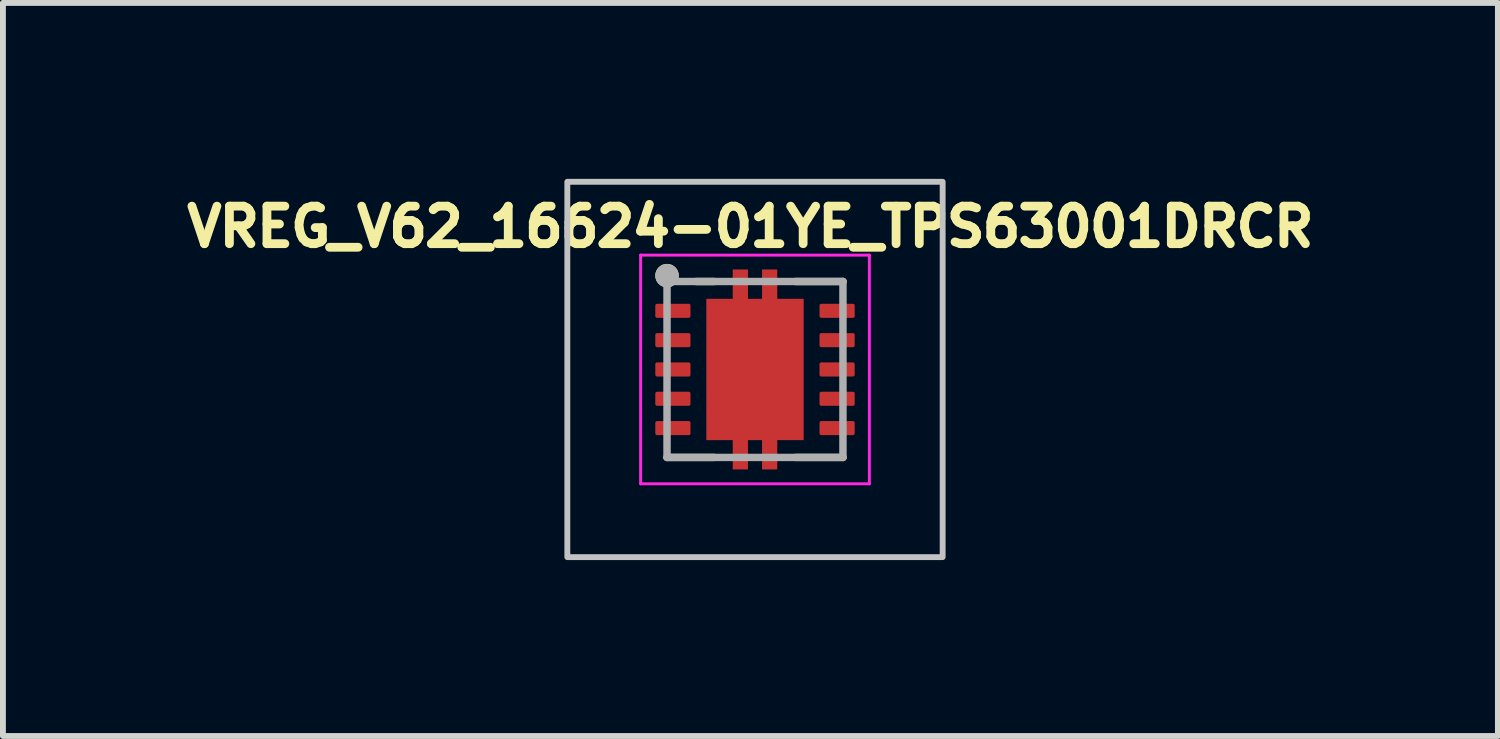
<source format=kicad_pcb>
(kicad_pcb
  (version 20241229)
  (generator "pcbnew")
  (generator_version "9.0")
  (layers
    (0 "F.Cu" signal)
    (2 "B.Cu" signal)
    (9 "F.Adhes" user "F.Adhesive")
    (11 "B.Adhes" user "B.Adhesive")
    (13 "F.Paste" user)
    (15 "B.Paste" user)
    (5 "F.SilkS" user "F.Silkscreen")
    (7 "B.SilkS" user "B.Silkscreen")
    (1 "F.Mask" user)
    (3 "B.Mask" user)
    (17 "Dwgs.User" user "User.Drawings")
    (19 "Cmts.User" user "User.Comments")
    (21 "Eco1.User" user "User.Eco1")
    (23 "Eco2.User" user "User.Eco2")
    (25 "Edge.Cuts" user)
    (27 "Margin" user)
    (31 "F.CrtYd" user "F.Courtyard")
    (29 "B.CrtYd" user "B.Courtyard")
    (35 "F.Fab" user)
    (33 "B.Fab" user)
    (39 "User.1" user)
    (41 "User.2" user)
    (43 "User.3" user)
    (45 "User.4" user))
  (footprint "VREG_V62_16624-01YE_TPS63001DRCR"
    (layer "F.Cu")
    (at 9.824 3.25)
    (property "Reference" "VREG_V62_16624-01YE_TPS63001DRCR" (at -0.078 -2.433 0) (layer "F.SilkS") (effects (font (size 0.64 0.64) (thickness 0.15))))
    (attr smd)
    (fp_poly (pts (xy -1.77 -1.19) (xy -1.03 -1.19) (xy -1.03 -0.81) (xy -1.77 -0.81)) (stroke (width 0.01) (type solid)) (fill yes) (layer "F.Mask"))
    (fp_poly (pts (xy -1.77 -0.69) (xy -1.03 -0.69) (xy -1.03 -0.31) (xy -1.77 -0.31)) (stroke (width 0.01) (type solid)) (fill yes) (layer "F.Mask"))
    (fp_poly (pts (xy -1.77 -0.19) (xy -1.03 -0.19) (xy -1.03 0.19) (xy -1.77 0.19)) (stroke (width 0.01) (type solid)) (fill yes) (layer "F.Mask"))
    (fp_poly (pts (xy -1.77 0.31) (xy -1.03 0.31) (xy -1.03 0.69) (xy -1.77 0.69)) (stroke (width 0.01) (type solid)) (fill yes) (layer "F.Mask"))
    (fp_poly (pts (xy -1.77 0.81) (xy -1.03 0.81) (xy -1.03 1.19) (xy -1.77 1.19)) (stroke (width 0.01) (type solid)) (fill yes) (layer "F.Mask"))
    (fp_poly (pts (xy 1.03 -1.19) (xy 1.77 -1.19) (xy 1.77 -0.81) (xy 1.03 -0.81)) (stroke (width 0.01) (type solid)) (fill yes) (layer "F.Mask"))
    (fp_poly (pts (xy 1.03 -0.69) (xy 1.77 -0.69) (xy 1.77 -0.31) (xy 1.03 -0.31)) (stroke (width 0.01) (type solid)) (fill yes) (layer "F.Mask"))
    (fp_poly (pts (xy 1.03 -0.19) (xy 1.77 -0.19) (xy 1.77 0.19) (xy 1.03 0.19)) (stroke (width 0.01) (type solid)) (fill yes) (layer "F.Mask"))
    (fp_poly (pts (xy 1.03 0.31) (xy 1.77 0.31) (xy 1.77 0.69) (xy 1.03 0.69)) (stroke (width 0.01) (type solid)) (fill yes) (layer "F.Mask"))
    (fp_poly (pts (xy 1.03 0.81) (xy 1.77 0.81) (xy 1.77 1.19) (xy 1.03 1.19)) (stroke (width 0.01) (type solid)) (fill yes) (layer "F.Mask"))
    (fp_poly (pts (xy -0.895 -1.27) (xy -0.445 -1.27) (xy -0.445 -1.77) (xy -0.055 -1.77) (xy -0.055 -1.27) (xy 0.055 -1.27) (xy 0.055 -1.77) (xy 0.445 -1.77) (xy 0.445 -1.27) (xy 0.895 -1.27) (xy 0.895 1.27) (xy 0.445 1.27) (xy 0.445 1.77) (xy 0.055 1.77) (xy 0.055 1.27) (xy -0.055 1.27) (xy -0.055 1.77) (xy -0.445 1.77) (xy -0.445 1.27) (xy -0.895 1.27)) (stroke (width 0.01) (type solid)) (fill yes) (layer "F.Mask"))
    (fp_line (start -1.5 1.5) (end -0.695 1.5) (stroke (width 0.127) (type solid)) (layer "F.SilkS"))
    (fp_line (start -1 -1.5) (end -0.695 -1.5) (stroke (width 0.127) (type solid)) (layer "F.SilkS"))
    (fp_line (start 0.695 -1.5) (end 1.5 -1.5) (stroke (width 0.127) (type solid)) (layer "F.SilkS"))
    (fp_line (start 0.695 1.5) (end 1.5 1.5) (stroke (width 0.127) (type solid)) (layer "F.SilkS"))
    (fp_circle (center -1.5 -1.6) (end -1.4 -1.6) (stroke (width 0.2) (type solid)) (fill no) (layer "F.SilkS"))
    (fp_poly (pts (xy -0.75 -1.16) (xy 0.75 -1.16) (xy 0.75 -0.1) (xy -0.75 -0.1)) (stroke (width 0.01) (type solid)) (fill yes) (layer "F.Paste"))
    (fp_poly (pts (xy -0.75 0.1) (xy 0.75 0.1) (xy 0.75 1.16) (xy -0.75 1.16)) (stroke (width 0.01) (type solid)) (fill yes) (layer "F.Paste"))
    (fp_poly (pts (xy -0.375 -1.7) (xy -0.125 -1.7) (xy -0.125 -1.36) (xy -0.375 -1.36)) (stroke (width 0.01) (type solid)) (fill yes) (layer "F.Paste"))
    (fp_poly (pts (xy -0.375 1.36) (xy -0.125 1.36) (xy -0.125 1.7) (xy -0.375 1.7)) (stroke (width 0.01) (type solid)) (fill yes) (layer "F.Paste"))
    (fp_poly (pts (xy 0.125 -1.7) (xy 0.375 -1.7) (xy 0.375 -1.36) (xy 0.125 -1.36)) (stroke (width 0.01) (type solid)) (fill yes) (layer "F.Paste"))
    (fp_poly (pts (xy 0.125 1.36) (xy 0.375 1.36) (xy 0.375 1.7) (xy 0.125 1.7)) (stroke (width 0.01) (type solid)) (fill yes) (layer "F.Paste"))
    (fp_rect (start -3.2 -3.2) (end 3.2 3.2) (stroke (width 0.1) (type default)) (fill no) (layer "Dwgs.User"))
    (fp_line (start -1.95 -1.95) (end -1.95 1.95) (stroke (width 0.05) (type solid)) (layer "F.CrtYd"))
    (fp_line (start -1.95 -1.95) (end 1.95 -1.95) (stroke (width 0.05) (type solid)) (layer "F.CrtYd"))
    (fp_line (start -1.95 1.95) (end 1.95 1.95) (stroke (width 0.05) (type solid)) (layer "F.CrtYd"))
    (fp_line (start 1.95 -1.95) (end 1.95 1.95) (stroke (width 0.05) (type solid)) (layer "F.CrtYd"))
    (fp_line (start -1.5 -1.5) (end -1.5 1.5) (stroke (width 0.127) (type solid)) (layer "F.Fab"))
    (fp_line (start -1.5 -1.5) (end 1.5 -1.5) (stroke (width 0.127) (type solid)) (layer "F.Fab"))
    (fp_line (start -1.5 1.5) (end 1.5 1.5) (stroke (width 0.127) (type solid)) (layer "F.Fab"))
    (fp_line (start 1.5 -1.5) (end 1.5 1.5) (stroke (width 0.127) (type solid)) (layer "F.Fab"))
    (fp_circle (center -1.5 -1.6) (end -1.4 -1.6) (stroke (width 0.2) (type solid)) (fill no) (layer "F.Fab"))
    (pad "1" smd roundrect (at -1.4 -1) (size 0.6 0.24) (layers "F.Cu" "F.Paste") (roundrect_rratio 0.125))
    (pad "2" smd roundrect (at -1.4 -0.5) (size 0.6 0.24) (layers "F.Cu" "F.Paste") (roundrect_rratio 0.125))
    (pad "3" smd roundrect (at -1.4 0) (size 0.6 0.24) (layers "F.Cu" "F.Paste") (roundrect_rratio 0.125))
    (pad "4" smd roundrect (at -1.4 0.5) (size 0.6 0.24) (layers "F.Cu" "F.Paste") (roundrect_rratio 0.125))
    (pad "5" smd roundrect (at -1.4 1) (size 0.6 0.24) (layers "F.Cu" "F.Paste") (roundrect_rratio 0.125))
    (pad "6" smd roundrect (at 1.4 1) (size 0.6 0.24) (layers "F.Cu" "F.Paste") (roundrect_rratio 0.125))
    (pad "7" smd roundrect (at 1.4 0.5) (size 0.6 0.24) (layers "F.Cu" "F.Paste") (roundrect_rratio 0.125))
    (pad "8" smd roundrect (at 1.4 0) (size 0.6 0.24) (layers "F.Cu" "F.Paste") (roundrect_rratio 0.125))
    (pad "9" smd roundrect (at 1.4 -0.5) (size 0.6 0.24) (layers "F.Cu" "F.Paste") (roundrect_rratio 0.125))
    (pad "10" smd roundrect (at 1.4 -1) (size 0.6 0.24) (layers "F.Cu" "F.Paste") (roundrect_rratio 0.125))
    (pad "11" smd custom (at 0 0) (size 1.65 2.4) (layers "F.Cu") (options (anchor rect)) (primitives (gr_poly (pts (xy -0.825 -1.2) (xy -0.375 -1.2) (xy -0.375 -1.7) (xy -0.125 -1.7) (xy -0.125 -1.2) (xy 0.125 -1.2) (xy 0.125 -1.7) (xy 0.375 -1.7) (xy 0.375 -1.2) (xy 0.825 -1.2) (xy 0.825 1.2) (xy 0.375 1.2) (xy 0.375 1.7) (xy 0.125 1.7) (xy 0.125 1.2) (xy -0.125 1.2) (xy -0.125 1.7) (xy -0.375 1.7) (xy -0.375 1.2) (xy -0.825 1.2)) (width 0.01) (fill yes)))))
  (gr_rect
    (start -3 -3)
    (end 22.492 9.5)
    (stroke (width 0.1) (type default))
    (fill no)
    (layer "Edge.Cuts")))
</source>
